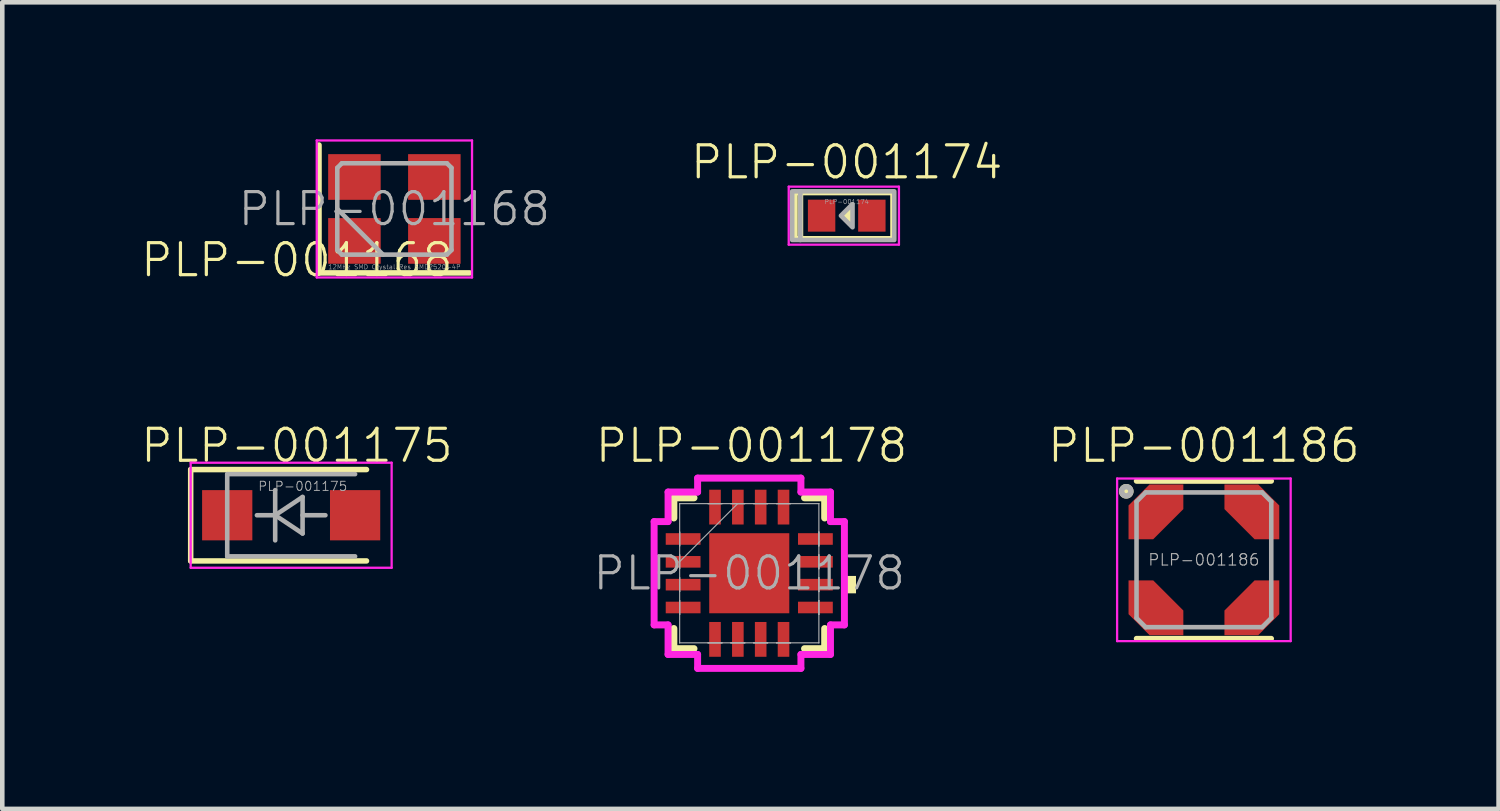
<source format=kicad_pcb>
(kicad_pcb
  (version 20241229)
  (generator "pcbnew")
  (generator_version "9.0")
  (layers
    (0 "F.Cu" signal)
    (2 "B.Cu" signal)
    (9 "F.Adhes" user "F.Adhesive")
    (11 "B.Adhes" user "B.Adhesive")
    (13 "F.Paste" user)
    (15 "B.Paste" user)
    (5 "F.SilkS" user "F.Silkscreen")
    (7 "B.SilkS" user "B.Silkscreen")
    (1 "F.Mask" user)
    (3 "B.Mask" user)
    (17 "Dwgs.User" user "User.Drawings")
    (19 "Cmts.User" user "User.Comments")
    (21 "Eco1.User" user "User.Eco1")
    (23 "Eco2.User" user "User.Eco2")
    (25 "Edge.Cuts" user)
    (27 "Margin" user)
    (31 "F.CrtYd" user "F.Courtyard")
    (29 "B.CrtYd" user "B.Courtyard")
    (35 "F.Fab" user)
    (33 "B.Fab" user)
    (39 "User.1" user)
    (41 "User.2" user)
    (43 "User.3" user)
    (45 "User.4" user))
  (footprint "PLP-001175"
    (layer "F.Cu")
    (at 3.325 8.231)
    (property "Reference" "PLP-001175" (at 0.127 -1.524 0) (layer "F.SilkS") (effects (font (size 0.7 0.7) (thickness 0.07))))
    (attr smd)
    (fp_line (start -2.2 -1) (end -2.2 1) (stroke (width 0.12) (type solid)) (layer "F.SilkS"))
    (fp_line (start -2.2 -1) (end 1.65 -1) (stroke (width 0.12) (type solid)) (layer "F.SilkS"))
    (fp_line (start -2.2 1) (end 1.65 1) (stroke (width 0.12) (type solid)) (layer "F.SilkS"))
    (fp_line (start -2.2 -1.15) (end -2.2 1.15) (stroke (width 0.05) (type solid)) (layer "F.CrtYd"))
    (fp_line (start -2.2 -1.15) (end 2.2 -1.15) (stroke (width 0.05) (type solid)) (layer "F.CrtYd"))
    (fp_line (start 2.2 -1.15) (end 2.2 1.15) (stroke (width 0.05) (type solid)) (layer "F.CrtYd"))
    (fp_line (start 2.2 1.15) (end -2.2 1.15) (stroke (width 0.05) (type solid)) (layer "F.CrtYd"))
    (fp_line (start -1.4 -0.9) (end 1.4 -0.9) (stroke (width 0.1) (type solid)) (layer "F.Fab"))
    (fp_line (start -1.4 0.9) (end -1.4 -0.9) (stroke (width 0.1) (type solid)) (layer "F.Fab"))
    (fp_line (start -0.75 0) (end -0.35 0) (stroke (width 0.1) (type solid)) (layer "F.Fab"))
    (fp_line (start -0.35 0) (end -0.35 -0.55) (stroke (width 0.1) (type solid)) (layer "F.Fab"))
    (fp_line (start -0.35 0) (end -0.35 0.55) (stroke (width 0.1) (type solid)) (layer "F.Fab"))
    (fp_line (start -0.35 0) (end 0.25 -0.4) (stroke (width 0.1) (type solid)) (layer "F.Fab"))
    (fp_line (start 0.25 -0.4) (end 0.25 0.4) (stroke (width 0.1) (type solid)) (layer "F.Fab"))
    (fp_line (start 0.25 0) (end 0.75 0) (stroke (width 0.1) (type solid)) (layer "F.Fab"))
    (fp_line (start 0.25 0.4) (end -0.35 0) (stroke (width 0.1) (type solid)) (layer "F.Fab"))
    (fp_line (start 1.4 0.9) (end -1.4 0.9) (stroke (width 0.1) (type solid)) (layer "F.Fab"))
    (fp_text user "${REFERENCE}" (at 0.254 -0.635 0) (layer "F.Fab") (effects (font (size 0.2 0.2) (thickness 0.02))))
    (pad "1" smd rect (at -1.4 0) (size 1.1 1.1) (layers "F.Cu" "F.Mask" "F.Paste"))
    (pad "2" smd rect (at 1.4 0) (size 1.1 1.1) (layers "F.Cu" "F.Mask" "F.Paste")))
  (footprint "PLP-001174"
    (layer "F.Cu")
    (at 15.489 1.672)
    (property "Reference" "PLP-001174" (at 0 -0.762 0) (layer "F.SilkS") (effects (font (size 0.7 0.7) (thickness 0.07)) (justify bottom)))
    (attr through_hole)
    (fp_line (start -1.143 -0.508) (end -1.143 0.508) (stroke (width 0.127) (type solid)) (layer "F.SilkS"))
    (fp_line (start -1.143 0.508) (end 1.016 0.508) (stroke (width 0.127) (type solid)) (layer "F.SilkS"))
    (fp_line (start -1.016 0.508) (end -1.016 -0.508) (stroke (width 0.127) (type solid)) (layer "F.SilkS"))
    (fp_line (start 1.016 -0.508) (end -1.143 -0.508) (stroke (width 0.127) (type solid)) (layer "F.SilkS"))
    (fp_line (start 1.016 0.508) (end 1.016 -0.508) (stroke (width 0.127) (type solid)) (layer "F.SilkS"))
    (fp_poly (pts (xy 0.127 0.254) (xy 0.127 -0.254) (xy -0.127 0)) (stroke (width 0) (type solid)) (fill yes) (layer "F.SilkS"))
    (fp_line (start -1.27 -0.635) (end -1.27 0.635) (stroke (width 0.05) (type solid)) (layer "F.CrtYd"))
    (fp_line (start -1.27 -0.635) (end 1.143 -0.635) (stroke (width 0.05) (type solid)) (layer "F.CrtYd"))
    (fp_line (start -1.27 0.635) (end 1.143 0.635) (stroke (width 0.05) (type solid)) (layer "F.CrtYd"))
    (fp_line (start 1.143 -0.635) (end 1.143 0.635) (stroke (width 0.05) (type solid)) (layer "F.CrtYd"))
    (fp_line (start -1.016 -0.533) (end -1.016 0.533) (stroke (width 0.1) (type default)) (layer "F.Fab"))
    (fp_rect (start -1.194 -0.533) (end 1.041 0.533) (stroke (width 0.1) (type default)) (fill no) (layer "F.Fab"))
    (fp_poly (pts (xy 0.127 -0.254) (xy 0.127 0.013) (xy 0.127 0.254) (xy -0.127 0)) (stroke (width 0.1) (type solid)) (fill no) (layer "F.Fab"))
    (fp_text user "${REFERENCE}" (at 0 -0.305 180) (layer "F.Fab") (effects (font (size 0.1 0.1) (thickness 0.01))))
    (pad "A" smd rect (at 0.55 0) (size 0.6 0.7) (layers "F.Cu" "F.Mask" "F.Paste"))
    (pad "C" smd rect (at -0.55 0) (size 0.6 0.7) (layers "F.Cu" "F.Mask" "F.Paste")))
  (footprint "PLP-001186"
    (layer "F.Cu")
    (at 23.309 9.207)
    (property "Reference" "PLP-001186" (at 0 -2.5 0) (layer "F.SilkS") (effects (font (size 0.7 0.7) (thickness 0.07))))
    (attr smd)
    (fp_line (start -1.475 -1.725) (end 1.475 -1.725) (stroke (width 0.12) (type solid)) (layer "F.SilkS"))
    (fp_line (start -1.475 1.725) (end 1.475 1.725) (stroke (width 0.12) (type solid)) (layer "F.SilkS"))
    (fp_circle (center -1.7 -1.5) (end -1.6 -1.5) (stroke (width 0.12) (type solid)) (fill yes) (layer "F.SilkS"))
    (fp_line (start -1.9 -1.78) (end 1.9 -1.78) (stroke (width 0.05) (type solid)) (layer "F.CrtYd"))
    (fp_line (start -1.9 1.78) (end -1.9 -1.78) (stroke (width 0.05) (type solid)) (layer "F.CrtYd"))
    (fp_line (start 1.9 -1.78) (end 1.9 1.78) (stroke (width 0.05) (type solid)) (layer "F.CrtYd"))
    (fp_line (start 1.9 1.78) (end -1.9 1.78) (stroke (width 0.05) (type solid)) (layer "F.CrtYd"))
    (fp_line (start -1.475 -1.275) (end -1.275 -1.475) (stroke (width 0.1) (type solid)) (layer "F.Fab"))
    (fp_line (start -1.475 1.275) (end -1.475 -1.275) (stroke (width 0.1) (type solid)) (layer "F.Fab"))
    (fp_line (start -1.475 1.275) (end -1.275 1.475) (stroke (width 0.1) (type solid)) (layer "F.Fab"))
    (fp_line (start -1.275 -1.475) (end 1.275 -1.475) (stroke (width 0.1) (type solid)) (layer "F.Fab"))
    (fp_line (start 1.275 -1.475) (end 1.475 -1.275) (stroke (width 0.1) (type solid)) (layer "F.Fab"))
    (fp_line (start 1.275 1.475) (end -1.275 1.475) (stroke (width 0.1) (type solid)) (layer "F.Fab"))
    (fp_line (start 1.475 -1.275) (end 1.475 1.275) (stroke (width 0.1) (type solid)) (layer "F.Fab"))
    (fp_line (start 1.475 1.275) (end 1.275 1.475) (stroke (width 0.1) (type solid)) (layer "F.Fab"))
    (fp_circle (center -1.7 -1.5) (end -1.6 -1.5) (stroke (width 0.12) (type solid)) (fill no) (layer "F.Fab"))
    (fp_text user "${REFERENCE}" (at 0 0 0) (layer "F.Fab") (effects (font (size 0.25 0.25) (thickness 0.025))))
    (pad "1" smd custom (at -1.05 -1.05) (size 0.1 0.1) (layers "F.Cu" "F.Mask" "F.Paste") (options (anchor rect)) (primitives (gr_poly (pts (xy -0.6 0.6) (xy -0.6 -0.14) (xy -0.14 -0.6) (xy 0.6 -0.6) (xy 0.6 -0.06) (xy -0.06 0.6)) (width 0) (fill yes))))
    (pad "2" smd custom (at -1.05 1.05 90) (size 0.1 0.1) (layers "F.Cu" "F.Mask" "F.Paste") (options (anchor rect)) (primitives (gr_poly (pts (xy -0.6 0.6) (xy -0.6 -0.14) (xy -0.14 -0.6) (xy 0.6 -0.6) (xy 0.6 -0.06) (xy -0.06 0.6)) (width 0) (fill yes))))
    (pad "3" smd custom (at 1.05 1.05 180) (size 0.1 0.1) (layers "F.Cu" "F.Mask" "F.Paste") (options (anchor rect)) (primitives (gr_poly (pts (xy -0.6 0.6) (xy -0.6 -0.14) (xy -0.14 -0.6) (xy 0.6 -0.6) (xy 0.6 -0.06) (xy -0.06 0.6)) (width 0) (fill yes))))
    (pad "4" smd custom (at 1.05 -1.05 270) (size 0.1 0.1) (layers "F.Cu" "F.Mask" "F.Paste") (options (anchor rect)) (primitives (gr_poly (pts (xy -0.6 0.6) (xy -0.6 -0.14) (xy -0.14 -0.6) (xy 0.6 -0.6) (xy 0.6 -0.06) (xy -0.06 0.6)) (width 0) (fill yes)))))
  (footprint "PLP-001168"
    (layer "F.Cu")
    (at 5.585 1.525)
    (property "Reference" "PLP-001168" (at -2.134 1.118 0) (layer "F.SilkS") (effects (font (size 0.7 0.7) (thickness 0.07))))
    (attr smd)
    (fp_line (start -1.65 -1.4) (end -1.65 1.4) (stroke (width 0.12) (type solid)) (layer "F.SilkS"))
    (fp_line (start -1.65 1.4) (end 1.65 1.4) (stroke (width 0.12) (type solid)) (layer "F.SilkS"))
    (fp_line (start -1.7 -1.5) (end -1.7 1.5) (stroke (width 0.05) (type solid)) (layer "F.CrtYd"))
    (fp_line (start -1.7 1.5) (end 1.7 1.5) (stroke (width 0.05) (type solid)) (layer "F.CrtYd"))
    (fp_line (start 1.7 -1.5) (end -1.7 -1.5) (stroke (width 0.05) (type solid)) (layer "F.CrtYd"))
    (fp_line (start 1.7 1.5) (end 1.7 -1.5) (stroke (width 0.05) (type solid)) (layer "F.CrtYd"))
    (fp_line (start -1.25 -0.9) (end -1.15 -1) (stroke (width 0.1) (type solid)) (layer "F.Fab"))
    (fp_line (start -1.25 0) (end -0.25 1) (stroke (width 0.1) (type solid)) (layer "F.Fab"))
    (fp_line (start -1.25 0.9) (end -1.25 -0.9) (stroke (width 0.1) (type solid)) (layer "F.Fab"))
    (fp_line (start -1.15 -1) (end 1.15 -1) (stroke (width 0.1) (type solid)) (layer "F.Fab"))
    (fp_line (start -1.15 1) (end -1.25 0.9) (stroke (width 0.1) (type solid)) (layer "F.Fab"))
    (fp_line (start 1.15 -1) (end 1.25 -0.9) (stroke (width 0.1) (type solid)) (layer "F.Fab"))
    (fp_line (start 1.15 1) (end -1.15 1) (stroke (width 0.1) (type solid)) (layer "F.Fab"))
    (fp_line (start 1.25 -0.9) (end 1.25 0.9) (stroke (width 0.1) (type solid)) (layer "F.Fab"))
    (fp_line (start 1.25 0.9) (end 1.15 1) (stroke (width 0.1) (type solid)) (layer "F.Fab"))
    (fp_text user "${REFERENCE}" (at 0 0 0) (layer "F.Fab") (effects (font (size 0.7 0.7) (thickness 0.07))))
    (fp_text user "12MHz SMD Crystal Res SMD2520-4P" (at 0 1.27 0) (layer "F.Fab") (effects (font (size 0.1 0.1) (thickness 0.01))))
    (pad "1" smd rect (at -0.875 0.7) (size 1.15 1) (layers "F.Cu" "F.Mask" "F.Paste"))
    (pad "2" smd rect (at 0.875 0.7) (size 1.15 1) (layers "F.Cu" "F.Mask" "F.Paste"))
    (pad "3" smd rect (at 0.875 -0.7) (size 1.15 1) (layers "F.Cu" "F.Mask" "F.Paste"))
    (pad "4" smd rect (at -0.875 -0.7) (size 1.15 1) (layers "F.Cu" "F.Mask" "F.Paste")))
  (footprint "PLP-001178"
    (layer "F.Cu")
    (at 13.366 9.412)
    (property "Reference" "PLP-001178" (at 0.04 -2.705 0) (unlocked yes) (layer "F.SilkS") (effects (font (size 0.7 0.7) (thickness 0.07))))
    (attr smd)
    (fp_line (start -1.662 -1.562) (end -1.662 -1.121) (stroke (width 0.152) (type solid)) (layer "F.SilkS"))
    (fp_line (start -1.662 1.299) (end -1.662 1.74) (stroke (width 0.152) (type solid)) (layer "F.SilkS"))
    (fp_line (start -1.662 1.74) (end -1.221 1.74) (stroke (width 0.152) (type solid)) (layer "F.SilkS"))
    (fp_line (start -1.221 -1.562) (end -1.662 -1.562) (stroke (width 0.152) (type solid)) (layer "F.SilkS"))
    (fp_line (start 1.199 1.74) (end 1.64 1.74) (stroke (width 0.152) (type solid)) (layer "F.SilkS"))
    (fp_line (start 1.64 -1.562) (end 1.199 -1.562) (stroke (width 0.152) (type solid)) (layer "F.SilkS"))
    (fp_line (start 1.64 -1.121) (end 1.64 -1.562) (stroke (width 0.152) (type solid)) (layer "F.SilkS"))
    (fp_line (start 1.64 1.74) (end 1.64 1.299) (stroke (width 0.152) (type solid)) (layer "F.SilkS"))
    (fp_poly (pts (xy 2.326 0.148) (xy 2.326 0.529) (xy 2.072 0.529) (xy 2.072 0.148)) (stroke (width 0) (type solid)) (fill yes) (layer "F.SilkS"))
    (fp_line (start -2.094 -1.042) (end -1.789 -1.042) (stroke (width 0.152) (type solid)) (layer "F.CrtYd"))
    (fp_line (start -2.094 1.22) (end -2.094 -1.042) (stroke (width 0.152) (type solid)) (layer "F.CrtYd"))
    (fp_line (start -1.789 -1.689) (end -1.142 -1.689) (stroke (width 0.152) (type solid)) (layer "F.CrtYd"))
    (fp_line (start -1.789 -1.042) (end -1.789 -1.689) (stroke (width 0.152) (type solid)) (layer "F.CrtYd"))
    (fp_line (start -1.789 1.22) (end -2.094 1.22) (stroke (width 0.152) (type solid)) (layer "F.CrtYd"))
    (fp_line (start -1.789 1.867) (end -1.789 1.22) (stroke (width 0.152) (type solid)) (layer "F.CrtYd"))
    (fp_line (start -1.142 -1.994) (end 1.12 -1.994) (stroke (width 0.152) (type solid)) (layer "F.CrtYd"))
    (fp_line (start -1.142 -1.689) (end -1.142 -1.994) (stroke (width 0.152) (type solid)) (layer "F.CrtYd"))
    (fp_line (start -1.142 1.867) (end -1.789 1.867) (stroke (width 0.152) (type solid)) (layer "F.CrtYd"))
    (fp_line (start -1.142 2.172) (end -1.142 1.867) (stroke (width 0.152) (type solid)) (layer "F.CrtYd"))
    (fp_line (start 1.12 -1.994) (end 1.12 -1.689) (stroke (width 0.152) (type solid)) (layer "F.CrtYd"))
    (fp_line (start 1.12 -1.689) (end 1.767 -1.689) (stroke (width 0.152) (type solid)) (layer "F.CrtYd"))
    (fp_line (start 1.12 1.867) (end 1.12 2.172) (stroke (width 0.152) (type solid)) (layer "F.CrtYd"))
    (fp_line (start 1.12 2.172) (end -1.142 2.172) (stroke (width 0.152) (type solid)) (layer "F.CrtYd"))
    (fp_line (start 1.767 -1.689) (end 1.767 -1.042) (stroke (width 0.152) (type solid)) (layer "F.CrtYd"))
    (fp_line (start 1.767 -1.042) (end 2.072 -1.042) (stroke (width 0.152) (type solid)) (layer "F.CrtYd"))
    (fp_line (start 1.767 1.22) (end 1.767 1.867) (stroke (width 0.152) (type solid)) (layer "F.CrtYd"))
    (fp_line (start 1.767 1.867) (end 1.12 1.867) (stroke (width 0.152) (type solid)) (layer "F.CrtYd"))
    (fp_line (start 2.072 -1.042) (end 2.072 1.22) (stroke (width 0.152) (type solid)) (layer "F.CrtYd"))
    (fp_line (start 2.072 1.22) (end 1.767 1.22) (stroke (width 0.152) (type solid)) (layer "F.CrtYd"))
    (fp_line (start -1.535 -1.435) (end -1.535 -1.435) (stroke (width 0.025) (type solid)) (layer "F.Fab"))
    (fp_line (start -1.535 -1.435) (end -1.535 1.613) (stroke (width 0.025) (type solid)) (layer "F.Fab"))
    (fp_line (start -1.535 -0.813) (end -1.535 -0.813) (stroke (width 0.025) (type solid)) (layer "F.Fab"))
    (fp_line (start -1.535 -0.813) (end -1.535 -0.509) (stroke (width 0.025) (type solid)) (layer "F.Fab"))
    (fp_line (start -1.535 -0.509) (end -1.535 -0.813) (stroke (width 0.025) (type solid)) (layer "F.Fab"))
    (fp_line (start -1.535 -0.509) (end -1.535 -0.509) (stroke (width 0.025) (type solid)) (layer "F.Fab"))
    (fp_line (start -1.535 -0.313) (end -1.535 -0.313) (stroke (width 0.025) (type solid)) (layer "F.Fab"))
    (fp_line (start -1.535 -0.313) (end -1.535 -0.009) (stroke (width 0.025) (type solid)) (layer "F.Fab"))
    (fp_line (start -1.535 -0.165) (end -0.265 -1.435) (stroke (width 0.025) (type solid)) (layer "F.Fab"))
    (fp_line (start -1.535 -0.009) (end -1.535 -0.313) (stroke (width 0.025) (type solid)) (layer "F.Fab"))
    (fp_line (start -1.535 -0.009) (end -1.535 -0.009) (stroke (width 0.025) (type solid)) (layer "F.Fab"))
    (fp_line (start -1.535 0.187) (end -1.535 0.187) (stroke (width 0.025) (type solid)) (layer "F.Fab"))
    (fp_line (start -1.535 0.187) (end -1.535 0.491) (stroke (width 0.025) (type solid)) (layer "F.Fab"))
    (fp_line (start -1.535 0.491) (end -1.535 0.187) (stroke (width 0.025) (type solid)) (layer "F.Fab"))
    (fp_line (start -1.535 0.491) (end -1.535 0.491) (stroke (width 0.025) (type solid)) (layer "F.Fab"))
    (fp_line (start -1.535 0.687) (end -1.535 0.687) (stroke (width 0.025) (type solid)) (layer "F.Fab"))
    (fp_line (start -1.535 0.687) (end -1.535 0.991) (stroke (width 0.025) (type solid)) (layer "F.Fab"))
    (fp_line (start -1.535 0.991) (end -1.535 0.687) (stroke (width 0.025) (type solid)) (layer "F.Fab"))
    (fp_line (start -1.535 0.991) (end -1.535 0.991) (stroke (width 0.025) (type solid)) (layer "F.Fab"))
    (fp_line (start -1.535 1.613) (end -1.535 1.613) (stroke (width 0.025) (type solid)) (layer "F.Fab"))
    (fp_line (start -1.535 1.613) (end 1.513 1.613) (stroke (width 0.025) (type solid)) (layer "F.Fab"))
    (fp_line (start -0.913 -1.435) (end -0.913 -1.435) (stroke (width 0.025) (type solid)) (layer "F.Fab"))
    (fp_line (start -0.913 -1.435) (end -0.609 -1.435) (stroke (width 0.025) (type solid)) (layer "F.Fab"))
    (fp_line (start -0.913 1.613) (end -0.913 1.613) (stroke (width 0.025) (type solid)) (layer "F.Fab"))
    (fp_line (start -0.913 1.613) (end -0.609 1.613) (stroke (width 0.025) (type solid)) (layer "F.Fab"))
    (fp_line (start -0.609 -1.435) (end -0.913 -1.435) (stroke (width 0.025) (type solid)) (layer "F.Fab"))
    (fp_line (start -0.609 -1.435) (end -0.609 -1.435) (stroke (width 0.025) (type solid)) (layer "F.Fab"))
    (fp_line (start -0.609 1.613) (end -0.913 1.613) (stroke (width 0.025) (type solid)) (layer "F.Fab"))
    (fp_line (start -0.609 1.613) (end -0.609 1.613) (stroke (width 0.025) (type solid)) (layer "F.Fab"))
    (fp_line (start -0.413 -1.435) (end -0.413 -1.435) (stroke (width 0.025) (type solid)) (layer "F.Fab"))
    (fp_line (start -0.413 -1.435) (end -0.109 -1.435) (stroke (width 0.025) (type solid)) (layer "F.Fab"))
    (fp_line (start -0.413 1.613) (end -0.413 1.613) (stroke (width 0.025) (type solid)) (layer "F.Fab"))
    (fp_line (start -0.413 1.613) (end -0.109 1.613) (stroke (width 0.025) (type solid)) (layer "F.Fab"))
    (fp_line (start -0.109 -1.435) (end -0.413 -1.435) (stroke (width 0.025) (type solid)) (layer "F.Fab"))
    (fp_line (start -0.109 -1.435) (end -0.109 -1.435) (stroke (width 0.025) (type solid)) (layer "F.Fab"))
    (fp_line (start -0.109 1.613) (end -0.413 1.613) (stroke (width 0.025) (type solid)) (layer "F.Fab"))
    (fp_line (start -0.109 1.613) (end -0.109 1.613) (stroke (width 0.025) (type solid)) (layer "F.Fab"))
    (fp_line (start 0.087 -1.435) (end 0.087 -1.435) (stroke (width 0.025) (type solid)) (layer "F.Fab"))
    (fp_line (start 0.087 -1.435) (end 0.391 -1.435) (stroke (width 0.025) (type solid)) (layer "F.Fab"))
    (fp_line (start 0.087 1.613) (end 0.087 1.613) (stroke (width 0.025) (type solid)) (layer "F.Fab"))
    (fp_line (start 0.087 1.613) (end 0.391 1.613) (stroke (width 0.025) (type solid)) (layer "F.Fab"))
    (fp_line (start 0.391 -1.435) (end 0.087 -1.435) (stroke (width 0.025) (type solid)) (layer "F.Fab"))
    (fp_line (start 0.391 -1.435) (end 0.391 -1.435) (stroke (width 0.025) (type solid)) (layer "F.Fab"))
    (fp_line (start 0.391 1.613) (end 0.087 1.613) (stroke (width 0.025) (type solid)) (layer "F.Fab"))
    (fp_line (start 0.391 1.613) (end 0.391 1.613) (stroke (width 0.025) (type solid)) (layer "F.Fab"))
    (fp_line (start 0.587 -1.435) (end 0.587 -1.435) (stroke (width 0.025) (type solid)) (layer "F.Fab"))
    (fp_line (start 0.587 -1.435) (end 0.891 -1.435) (stroke (width 0.025) (type solid)) (layer "F.Fab"))
    (fp_line (start 0.587 1.613) (end 0.587 1.613) (stroke (width 0.025) (type solid)) (layer "F.Fab"))
    (fp_line (start 0.587 1.613) (end 0.891 1.613) (stroke (width 0.025) (type solid)) (layer "F.Fab"))
    (fp_line (start 0.891 -1.435) (end 0.587 -1.435) (stroke (width 0.025) (type solid)) (layer "F.Fab"))
    (fp_line (start 0.891 -1.435) (end 0.891 -1.435) (stroke (width 0.025) (type solid)) (layer "F.Fab"))
    (fp_line (start 0.891 1.613) (end 0.587 1.613) (stroke (width 0.025) (type solid)) (layer "F.Fab"))
    (fp_line (start 0.891 1.613) (end 0.891 1.613) (stroke (width 0.025) (type solid)) (layer "F.Fab"))
    (fp_line (start 1.513 -1.435) (end -1.535 -1.435) (stroke (width 0.025) (type solid)) (layer "F.Fab"))
    (fp_line (start 1.513 -1.435) (end 1.513 -1.435) (stroke (width 0.025) (type solid)) (layer "F.Fab"))
    (fp_line (start 1.513 -0.813) (end 1.513 -0.813) (stroke (width 0.025) (type solid)) (layer "F.Fab"))
    (fp_line (start 1.513 -0.813) (end 1.513 -0.509) (stroke (width 0.025) (type solid)) (layer "F.Fab"))
    (fp_line (start 1.513 -0.509) (end 1.513 -0.813) (stroke (width 0.025) (type solid)) (layer "F.Fab"))
    (fp_line (start 1.513 -0.509) (end 1.513 -0.509) (stroke (width 0.025) (type solid)) (layer "F.Fab"))
    (fp_line (start 1.513 -0.313) (end 1.513 -0.313) (stroke (width 0.025) (type solid)) (layer "F.Fab"))
    (fp_line (start 1.513 -0.313) (end 1.513 -0.009) (stroke (width 0.025) (type solid)) (layer "F.Fab"))
    (fp_line (start 1.513 -0.009) (end 1.513 -0.313) (stroke (width 0.025) (type solid)) (layer "F.Fab"))
    (fp_line (start 1.513 -0.009) (end 1.513 -0.009) (stroke (width 0.025) (type solid)) (layer "F.Fab"))
    (fp_line (start 1.513 0.187) (end 1.513 0.187) (stroke (width 0.025) (type solid)) (layer "F.Fab"))
    (fp_line (start 1.513 0.187) (end 1.513 0.491) (stroke (width 0.025) (type solid)) (layer "F.Fab"))
    (fp_line (start 1.513 0.491) (end 1.513 0.187) (stroke (width 0.025) (type solid)) (layer "F.Fab"))
    (fp_line (start 1.513 0.491) (end 1.513 0.491) (stroke (width 0.025) (type solid)) (layer "F.Fab"))
    (fp_line (start 1.513 0.687) (end 1.513 0.687) (stroke (width 0.025) (type solid)) (layer "F.Fab"))
    (fp_line (start 1.513 0.687) (end 1.513 0.991) (stroke (width 0.025) (type solid)) (layer "F.Fab"))
    (fp_line (start 1.513 0.991) (end 1.513 0.687) (stroke (width 0.025) (type solid)) (layer "F.Fab"))
    (fp_line (start 1.513 0.991) (end 1.513 0.991) (stroke (width 0.025) (type solid)) (layer "F.Fab"))
    (fp_line (start 1.513 1.613) (end 1.513 -1.435) (stroke (width 0.025) (type solid)) (layer "F.Fab"))
    (fp_line (start 1.513 1.613) (end 1.513 1.613) (stroke (width 0.025) (type solid)) (layer "F.Fab"))
    (fp_text user "${REFERENCE}" (at -0.011 0.089 0) (unlocked yes) (layer "F.Fab") (effects (font (size 0.7 0.7) (thickness 0.07))))
    (pad "1" smd rect (at -1.459 -0.661 90) (size 0.254 0.762) (layers "F.Cu" "F.Mask" "F.Paste"))
    (pad "2" smd rect (at -1.459 -0.161 90) (size 0.254 0.762) (layers "F.Cu" "F.Mask" "F.Paste"))
    (pad "3" smd rect (at -1.459 0.339 90) (size 0.254 0.762) (layers "F.Cu" "F.Mask" "F.Paste"))
    (pad "4" smd rect (at -1.459 0.839 90) (size 0.254 0.762) (layers "F.Cu" "F.Mask" "F.Paste"))
    (pad "5" smd rect (at -0.761 1.537) (size 0.254 0.762) (layers "F.Cu" "F.Mask" "F.Paste"))
    (pad "6" smd rect (at -0.261 1.537) (size 0.254 0.762) (layers "F.Cu" "F.Mask" "F.Paste"))
    (pad "7" smd rect (at 0.239 1.537) (size 0.254 0.762) (layers "F.Cu" "F.Mask" "F.Paste"))
    (pad "8" smd rect (at 0.739 1.537) (size 0.254 0.762) (layers "F.Cu" "F.Mask" "F.Paste"))
    (pad "9" smd rect (at 1.437 0.839 90) (size 0.254 0.762) (layers "F.Cu" "F.Mask" "F.Paste"))
    (pad "10" smd rect (at 1.437 0.339 90) (size 0.254 0.762) (layers "F.Cu" "F.Mask" "F.Paste"))
    (pad "11" smd rect (at 1.437 -0.161 90) (size 0.254 0.762) (layers "F.Cu" "F.Mask" "F.Paste"))
    (pad "12" smd rect (at 1.437 -0.661 90) (size 0.254 0.762) (layers "F.Cu" "F.Mask" "F.Paste"))
    (pad "13" smd rect (at 0.739 -1.359) (size 0.254 0.762) (layers "F.Cu" "F.Mask" "F.Paste"))
    (pad "14" smd rect (at 0.239 -1.359) (size 0.254 0.762) (layers "F.Cu" "F.Mask" "F.Paste"))
    (pad "15" smd rect (at -0.261 -1.359) (size 0.254 0.762) (layers "F.Cu" "F.Mask" "F.Paste"))
    (pad "16" smd rect (at -0.761 -1.359) (size 0.254 0.762) (layers "F.Cu" "F.Mask" "F.Paste"))
    (pad "17" smd rect (at -0.011 0.089) (size 1.753 1.753) (layers "F.Cu" "F.Mask" "F.Paste")))
  (gr_rect
    (start -3 -3)
    (end 29.761 14.66)
    (stroke (width 0.1) (type default))
    (fill no)
    (layer "Edge.Cuts")))
</source>
